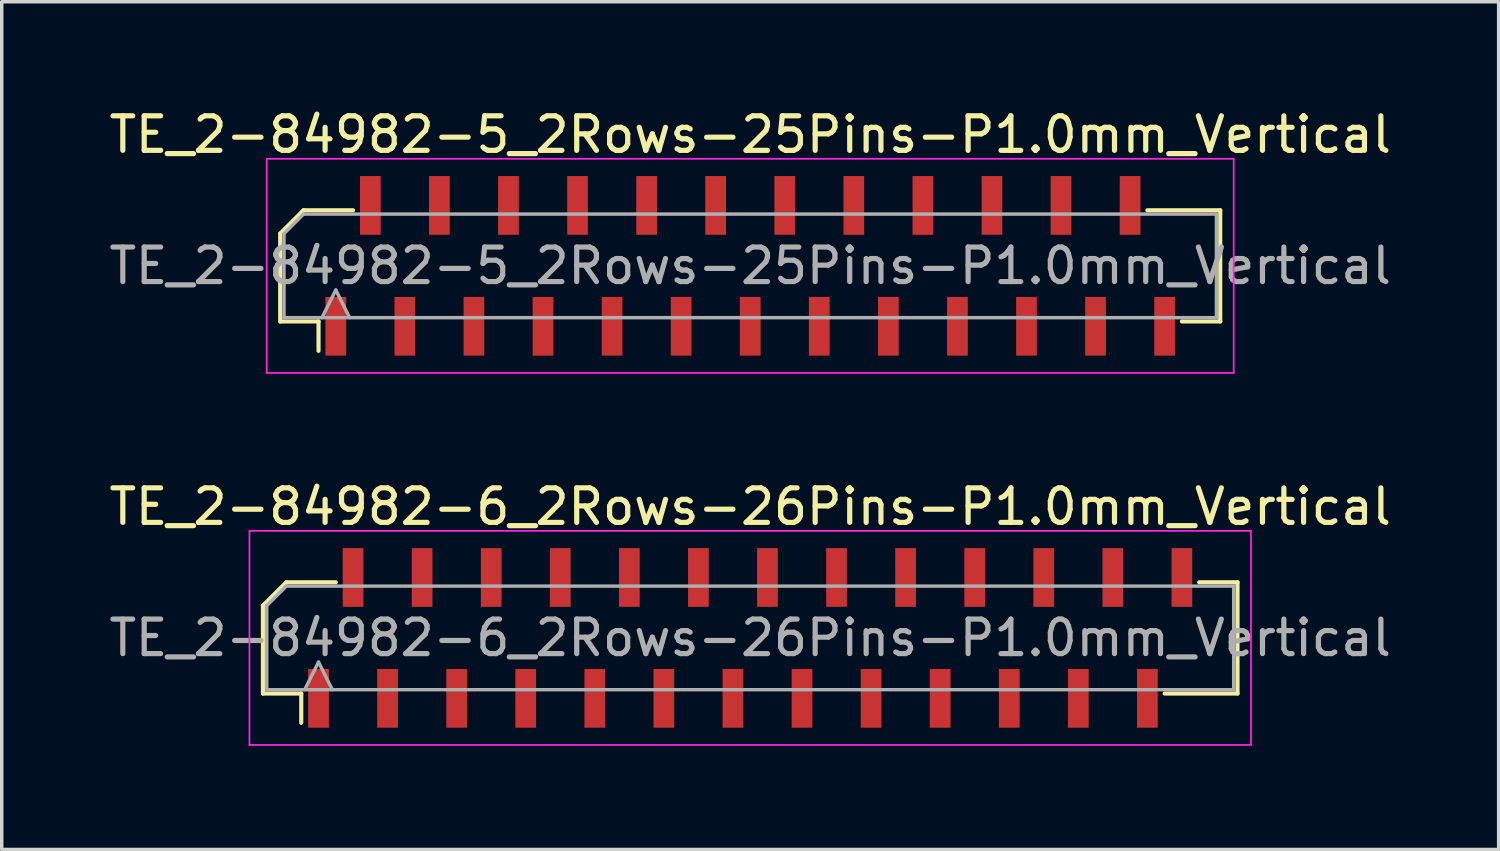
<source format=kicad_pcb>
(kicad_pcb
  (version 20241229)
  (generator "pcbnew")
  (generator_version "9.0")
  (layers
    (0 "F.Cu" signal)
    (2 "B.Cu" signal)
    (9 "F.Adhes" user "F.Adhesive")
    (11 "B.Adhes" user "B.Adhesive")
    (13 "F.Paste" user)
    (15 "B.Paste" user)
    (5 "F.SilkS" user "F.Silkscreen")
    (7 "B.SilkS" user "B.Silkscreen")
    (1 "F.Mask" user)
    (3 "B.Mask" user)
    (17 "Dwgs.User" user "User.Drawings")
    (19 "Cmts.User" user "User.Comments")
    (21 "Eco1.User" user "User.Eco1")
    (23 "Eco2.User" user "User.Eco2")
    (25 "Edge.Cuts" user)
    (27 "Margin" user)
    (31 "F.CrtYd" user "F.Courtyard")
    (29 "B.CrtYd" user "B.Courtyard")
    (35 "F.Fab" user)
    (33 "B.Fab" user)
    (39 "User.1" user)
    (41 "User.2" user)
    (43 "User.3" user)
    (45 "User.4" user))
  (footprint "TE_2-84982-6_2Rows-26Pins-P1.0mm_Vertical"
    (layer "F.Cu")
    (at 18.673 15.421)
    (property "Reference" "TE_2-84982-6_2Rows-26Pins-P1.0mm_Vertical" (at 0 -3.8 0) (layer "F.SilkS") (effects (font (size 1 1) (thickness 0.15))))
    (attr smd)
    (fp_line (start -14.11 -0.934) (end -14.11 1.61) (stroke (width 0.12) (type solid)) (layer "F.SilkS"))
    (fp_line (start -14.11 1.61) (end -13 1.61) (stroke (width 0.12) (type solid)) (layer "F.SilkS"))
    (fp_line (start -13.434 -1.61) (end -14.11 -0.934) (stroke (width 0.12) (type solid)) (layer "F.SilkS"))
    (fp_line (start -13 1.61) (end -13 2.46) (stroke (width 0.12) (type solid)) (layer "F.SilkS"))
    (fp_line (start -12 -1.61) (end -13.434 -1.61) (stroke (width 0.12) (type solid)) (layer "F.SilkS"))
    (fp_line (start 12 1.61) (end 14.11 1.61) (stroke (width 0.12) (type solid)) (layer "F.SilkS"))
    (fp_line (start 14.11 -1.61) (end 13 -1.61) (stroke (width 0.12) (type solid)) (layer "F.SilkS"))
    (fp_line (start 14.11 1.61) (end 14.11 -1.61) (stroke (width 0.12) (type solid)) (layer "F.SilkS"))
    (fp_line (start -14.5 -3.1) (end 14.5 -3.1) (stroke (width 0.05) (type solid)) (layer "F.CrtYd"))
    (fp_line (start -14.5 3.1) (end -14.5 -3.1) (stroke (width 0.05) (type solid)) (layer "F.CrtYd"))
    (fp_line (start 14.5 -3.1) (end 14.5 3.1) (stroke (width 0.05) (type solid)) (layer "F.CrtYd"))
    (fp_line (start 14.5 3.1) (end -14.5 3.1) (stroke (width 0.05) (type solid)) (layer "F.CrtYd"))
    (fp_line (start -14 -0.934) (end -14 1.5) (stroke (width 0.1) (type solid)) (layer "F.Fab"))
    (fp_line (start -14 1.5) (end 14 1.5) (stroke (width 0.1) (type solid)) (layer "F.Fab"))
    (fp_line (start -13.434 -1.5) (end -14 -0.934) (stroke (width 0.1) (type solid)) (layer "F.Fab"))
    (fp_line (start -12.9 1.5) (end -12.5 0.7) (stroke (width 0.1) (type solid)) (layer "F.Fab"))
    (fp_line (start -12.5 0.7) (end -12.1 1.5) (stroke (width 0.1) (type solid)) (layer "F.Fab"))
    (fp_line (start 14 -1.5) (end -13.434 -1.5) (stroke (width 0.1) (type solid)) (layer "F.Fab"))
    (fp_line (start 14 1.5) (end 14 -1.5) (stroke (width 0.1) (type solid)) (layer "F.Fab"))
    (fp_text user "${REFERENCE}" (at 0 0 0) (layer "F.Fab") (effects (font (size 1 1) (thickness 0.15))))
    (pad "1" smd rect (at -12.5 1.75) (size 0.6 1.7) (layers "F.Cu" "F.Mask" "F.Paste"))
    (pad "2" smd rect (at -11.5 -1.75) (size 0.6 1.7) (layers "F.Cu" "F.Mask" "F.Paste"))
    (pad "3" smd rect (at -10.5 1.75) (size 0.6 1.7) (layers "F.Cu" "F.Mask" "F.Paste"))
    (pad "4" smd rect (at -9.5 -1.75) (size 0.6 1.7) (layers "F.Cu" "F.Mask" "F.Paste"))
    (pad "5" smd rect (at -8.5 1.75) (size 0.6 1.7) (layers "F.Cu" "F.Mask" "F.Paste"))
    (pad "6" smd rect (at -7.5 -1.75) (size 0.6 1.7) (layers "F.Cu" "F.Mask" "F.Paste"))
    (pad "7" smd rect (at -6.5 1.75) (size 0.6 1.7) (layers "F.Cu" "F.Mask" "F.Paste"))
    (pad "8" smd rect (at -5.5 -1.75) (size 0.6 1.7) (layers "F.Cu" "F.Mask" "F.Paste"))
    (pad "9" smd rect (at -4.5 1.75) (size 0.6 1.7) (layers "F.Cu" "F.Mask" "F.Paste"))
    (pad "10" smd rect (at -3.5 -1.75) (size 0.6 1.7) (layers "F.Cu" "F.Mask" "F.Paste"))
    (pad "11" smd rect (at -2.5 1.75) (size 0.6 1.7) (layers "F.Cu" "F.Mask" "F.Paste"))
    (pad "12" smd rect (at -1.5 -1.75) (size 0.6 1.7) (layers "F.Cu" "F.Mask" "F.Paste"))
    (pad "13" smd rect (at -0.5 1.75) (size 0.6 1.7) (layers "F.Cu" "F.Mask" "F.Paste"))
    (pad "14" smd rect (at 0.5 -1.75) (size 0.6 1.7) (layers "F.Cu" "F.Mask" "F.Paste"))
    (pad "15" smd rect (at 1.5 1.75) (size 0.6 1.7) (layers "F.Cu" "F.Mask" "F.Paste"))
    (pad "16" smd rect (at 2.5 -1.75) (size 0.6 1.7) (layers "F.Cu" "F.Mask" "F.Paste"))
    (pad "17" smd rect (at 3.5 1.75) (size 0.6 1.7) (layers "F.Cu" "F.Mask" "F.Paste"))
    (pad "18" smd rect (at 4.5 -1.75) (size 0.6 1.7) (layers "F.Cu" "F.Mask" "F.Paste"))
    (pad "19" smd rect (at 5.5 1.75) (size 0.6 1.7) (layers "F.Cu" "F.Mask" "F.Paste"))
    (pad "20" smd rect (at 6.5 -1.75) (size 0.6 1.7) (layers "F.Cu" "F.Mask" "F.Paste"))
    (pad "21" smd rect (at 7.5 1.75) (size 0.6 1.7) (layers "F.Cu" "F.Mask" "F.Paste"))
    (pad "22" smd rect (at 8.5 -1.75) (size 0.6 1.7) (layers "F.Cu" "F.Mask" "F.Paste"))
    (pad "23" smd rect (at 9.5 1.75) (size 0.6 1.7) (layers "F.Cu" "F.Mask" "F.Paste"))
    (pad "24" smd rect (at 10.5 -1.75) (size 0.6 1.7) (layers "F.Cu" "F.Mask" "F.Paste"))
    (pad "25" smd rect (at 11.5 1.75) (size 0.6 1.7) (layers "F.Cu" "F.Mask" "F.Paste"))
    (pad "26" smd rect (at 12.5 -1.75) (size 0.6 1.7) (layers "F.Cu" "F.Mask" "F.Paste")))
  (footprint "TE_2-84982-5_2Rows-25Pins-P1.0mm_Vertical"
    (layer "F.Cu")
    (at 18.673 4.648)
    (property "Reference" "TE_2-84982-5_2Rows-25Pins-P1.0mm_Vertical" (at 0 -3.8 0) (layer "F.SilkS") (effects (font (size 1 1) (thickness 0.15))))
    (attr smd)
    (fp_line (start -13.61 -0.934) (end -13.61 1.61) (stroke (width 0.12) (type solid)) (layer "F.SilkS"))
    (fp_line (start -13.61 1.61) (end -12.5 1.61) (stroke (width 0.12) (type solid)) (layer "F.SilkS"))
    (fp_line (start -12.934 -1.61) (end -13.61 -0.934) (stroke (width 0.12) (type solid)) (layer "F.SilkS"))
    (fp_line (start -12.5 1.61) (end -12.5 2.46) (stroke (width 0.12) (type solid)) (layer "F.SilkS"))
    (fp_line (start -11.5 -1.61) (end -12.934 -1.61) (stroke (width 0.12) (type solid)) (layer "F.SilkS"))
    (fp_line (start 12.5 1.61) (end 13.61 1.61) (stroke (width 0.12) (type solid)) (layer "F.SilkS"))
    (fp_line (start 13.61 -1.61) (end 11.5 -1.61) (stroke (width 0.12) (type solid)) (layer "F.SilkS"))
    (fp_line (start 13.61 1.61) (end 13.61 -1.61) (stroke (width 0.12) (type solid)) (layer "F.SilkS"))
    (fp_line (start -14 -3.1) (end 14 -3.1) (stroke (width 0.05) (type solid)) (layer "F.CrtYd"))
    (fp_line (start -14 3.1) (end -14 -3.1) (stroke (width 0.05) (type solid)) (layer "F.CrtYd"))
    (fp_line (start 14 -3.1) (end 14 3.1) (stroke (width 0.05) (type solid)) (layer "F.CrtYd"))
    (fp_line (start 14 3.1) (end -14 3.1) (stroke (width 0.05) (type solid)) (layer "F.CrtYd"))
    (fp_line (start -13.5 -0.934) (end -13.5 1.5) (stroke (width 0.1) (type solid)) (layer "F.Fab"))
    (fp_line (start -13.5 1.5) (end 13.5 1.5) (stroke (width 0.1) (type solid)) (layer "F.Fab"))
    (fp_line (start -12.934 -1.5) (end -13.5 -0.934) (stroke (width 0.1) (type solid)) (layer "F.Fab"))
    (fp_line (start -12.4 1.5) (end -12 0.7) (stroke (width 0.1) (type solid)) (layer "F.Fab"))
    (fp_line (start -12 0.7) (end -11.6 1.5) (stroke (width 0.1) (type solid)) (layer "F.Fab"))
    (fp_line (start 13.5 -1.5) (end -12.934 -1.5) (stroke (width 0.1) (type solid)) (layer "F.Fab"))
    (fp_line (start 13.5 1.5) (end 13.5 -1.5) (stroke (width 0.1) (type solid)) (layer "F.Fab"))
    (fp_text user "${REFERENCE}" (at 0 0 0) (layer "F.Fab") (effects (font (size 1 1) (thickness 0.15))))
    (pad "1" smd rect (at -12 1.75) (size 0.6 1.7) (layers "F.Cu" "F.Mask" "F.Paste"))
    (pad "2" smd rect (at -11 -1.75) (size 0.6 1.7) (layers "F.Cu" "F.Mask" "F.Paste"))
    (pad "3" smd rect (at -10 1.75) (size 0.6 1.7) (layers "F.Cu" "F.Mask" "F.Paste"))
    (pad "4" smd rect (at -9 -1.75) (size 0.6 1.7) (layers "F.Cu" "F.Mask" "F.Paste"))
    (pad "5" smd rect (at -8 1.75) (size 0.6 1.7) (layers "F.Cu" "F.Mask" "F.Paste"))
    (pad "6" smd rect (at -7 -1.75) (size 0.6 1.7) (layers "F.Cu" "F.Mask" "F.Paste"))
    (pad "7" smd rect (at -6 1.75) (size 0.6 1.7) (layers "F.Cu" "F.Mask" "F.Paste"))
    (pad "8" smd rect (at -5 -1.75) (size 0.6 1.7) (layers "F.Cu" "F.Mask" "F.Paste"))
    (pad "9" smd rect (at -4 1.75) (size 0.6 1.7) (layers "F.Cu" "F.Mask" "F.Paste"))
    (pad "10" smd rect (at -3 -1.75) (size 0.6 1.7) (layers "F.Cu" "F.Mask" "F.Paste"))
    (pad "11" smd rect (at -2 1.75) (size 0.6 1.7) (layers "F.Cu" "F.Mask" "F.Paste"))
    (pad "12" smd rect (at -1 -1.75) (size 0.6 1.7) (layers "F.Cu" "F.Mask" "F.Paste"))
    (pad "13" smd rect (at 0 1.75) (size 0.6 1.7) (layers "F.Cu" "F.Mask" "F.Paste"))
    (pad "14" smd rect (at 1 -1.75) (size 0.6 1.7) (layers "F.Cu" "F.Mask" "F.Paste"))
    (pad "15" smd rect (at 2 1.75) (size 0.6 1.7) (layers "F.Cu" "F.Mask" "F.Paste"))
    (pad "16" smd rect (at 3 -1.75) (size 0.6 1.7) (layers "F.Cu" "F.Mask" "F.Paste"))
    (pad "17" smd rect (at 4 1.75) (size 0.6 1.7) (layers "F.Cu" "F.Mask" "F.Paste"))
    (pad "18" smd rect (at 5 -1.75) (size 0.6 1.7) (layers "F.Cu" "F.Mask" "F.Paste"))
    (pad "19" smd rect (at 6 1.75) (size 0.6 1.7) (layers "F.Cu" "F.Mask" "F.Paste"))
    (pad "20" smd rect (at 7 -1.75) (size 0.6 1.7) (layers "F.Cu" "F.Mask" "F.Paste"))
    (pad "21" smd rect (at 8 1.75) (size 0.6 1.7) (layers "F.Cu" "F.Mask" "F.Paste"))
    (pad "22" smd rect (at 9 -1.75) (size 0.6 1.7) (layers "F.Cu" "F.Mask" "F.Paste"))
    (pad "23" smd rect (at 10 1.75) (size 0.6 1.7) (layers "F.Cu" "F.Mask" "F.Paste"))
    (pad "24" smd rect (at 11 -1.75) (size 0.6 1.7) (layers "F.Cu" "F.Mask" "F.Paste"))
    (pad "25" smd rect (at 12 1.75) (size 0.6 1.7) (layers "F.Cu" "F.Mask" "F.Paste")))
  (gr_rect
    (start -3 -3)
    (end 40.345 21.547)
    (stroke (width 0.1) (type default))
    (fill no)
    (layer "Edge.Cuts")))
</source>
